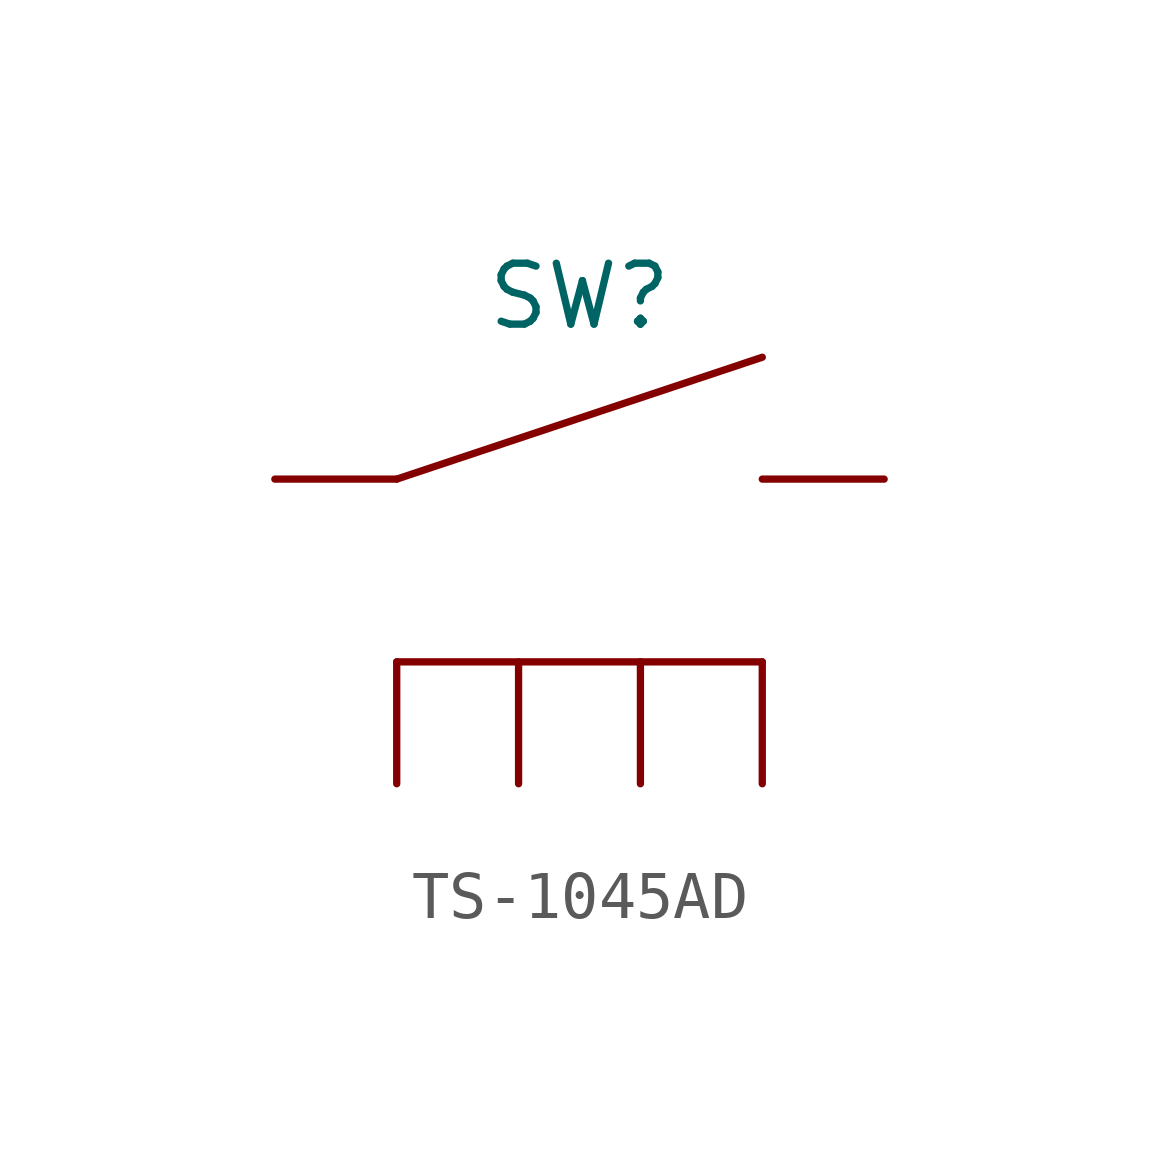
<source format=kicad_sym>
(kicad_symbol_lib
  (version 20220914)
  (generator kicad_symbol_editor)
  (symbol "TS-1045AD"
    (pin_numbers hide)
    (pin_names hide)
    (property "Reference" "SW"
      (at 0 3.81 0)
      (effects (font (size 1.27 1.27))))
    (property "Value" ""
      (at 1.27 0 0)
      (effects (font (size 1.27 1.27))))
    (symbol "TS-1045AD_0_1"
      (polyline (pts (xy -3.81 -3.81) (xy 1.27 -3.81)) (stroke (width 0) (type default)) (fill (type none)))
      (polyline (pts (xy -3.81 0) (xy 3.81 2.54)) (stroke (width 0) (type default)) (fill (type none)))
      (polyline (pts (xy 1.27 -3.81) (xy 3.81 -3.81)) (stroke (width 0) (type default)) (fill (type none))))
    (symbol "TS-1045AD_1_1"
      (pin passive line (at -6.35 0 0) (length 2.54) (name "1" (effects (font (size 1.27 1.27)))) (number "1" (effects (font (size 1.27 1.27)))))
      (pin passive line (at 6.35 0 180) (length 2.54) (name "2" (effects (font (size 1.27 1.27)))) (number "2" (effects (font (size 1.27 1.27)))))
      (pin passive line (at -3.81 -6.35 90) (length 2.54) (name "3" (effects (font (size 1.27 1.27)))) (number "3" (effects (font (size 1.27 1.27)))))
      (pin passive line (at -1.27 -6.35 90) (length 2.54) (name "4" (effects (font (size 1.27 1.27)))) (number "4" (effects (font (size 1.27 1.27)))))
      (pin passive line (at 1.27 -6.35 90) (length 2.54) (name "5" (effects (font (size 1.27 1.27)))) (number "5" (effects (font (size 1.27 1.27)))))
      (pin passive line (at 3.81 -6.35 90) (length 2.54) (name "6" (effects (font (size 1.27 1.27)))) (number "6" (effects (font (size 1.27 1.27))))))))
</source>
